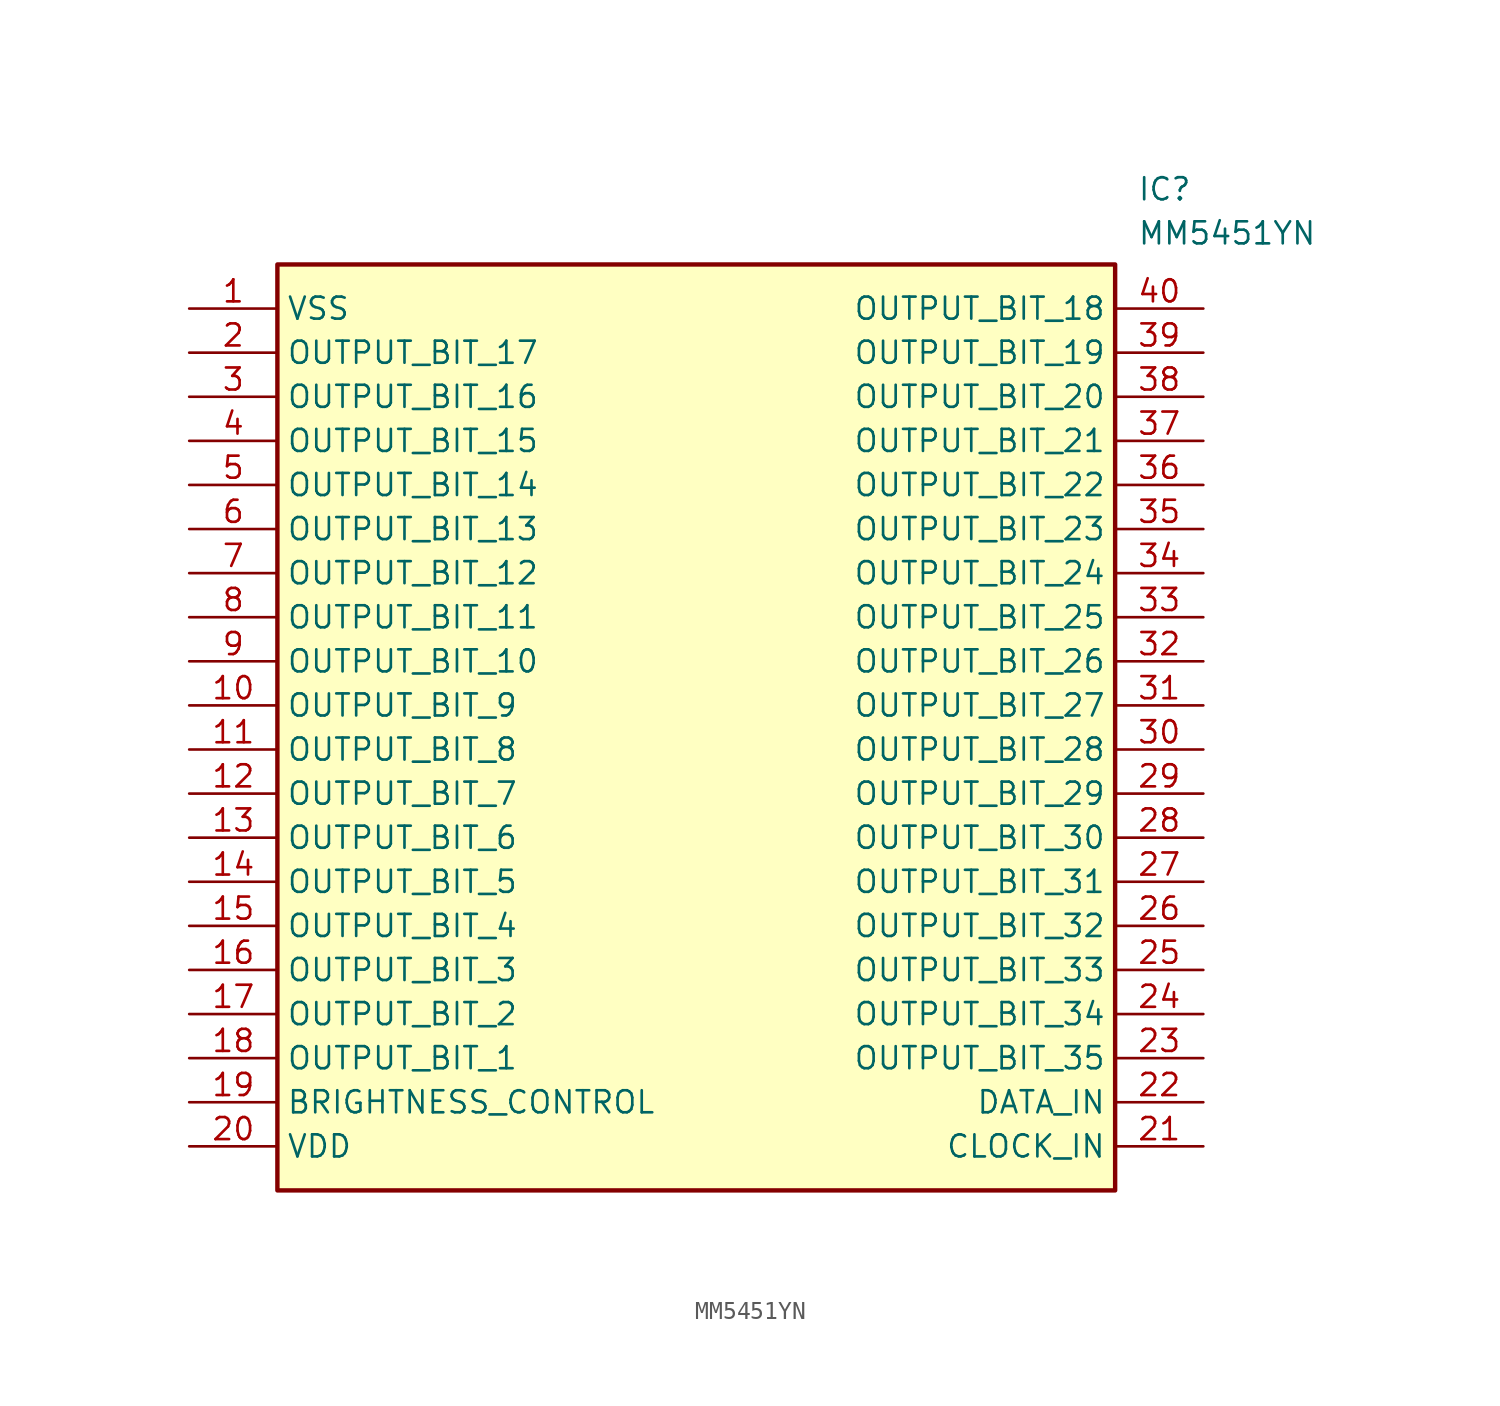
<source format=kicad_sym>
(kicad_symbol_lib
  (version 20211014)
  (generator SamacSys_ECAD_Model)
  (symbol "MM5451YN"
    (property "Reference" "IC"
      (at 54.61 7.62 0)
      (effects (font (size 1.27 1.27)) (justify left top)))
    (property "Value" "MM5451YN"
      (at 54.61 5.08 0)
      (effects (font (size 1.27 1.27)) (justify left top)))
    (rectangle
      (start 5.08 2.54)
      (end 53.34 -50.8)
      (stroke (width 0.254) (type default))
      (fill (type background)))
    (pin passive line
      (at 0 0 0)
      (length 5.08)
      (name "VSS" (effects (font (size 1.27 1.27))))
      (number "1" (effects (font (size 1.27 1.27)))))
    (pin passive line
      (at 0 -2.54 0)
      (length 5.08)
      (name "OUTPUT_BIT_17" (effects (font (size 1.27 1.27))))
      (number "2" (effects (font (size 1.27 1.27)))))
    (pin passive line
      (at 0 -5.08 0)
      (length 5.08)
      (name "OUTPUT_BIT_16" (effects (font (size 1.27 1.27))))
      (number "3" (effects (font (size 1.27 1.27)))))
    (pin passive line
      (at 0 -7.62 0)
      (length 5.08)
      (name "OUTPUT_BIT_15" (effects (font (size 1.27 1.27))))
      (number "4" (effects (font (size 1.27 1.27)))))
    (pin passive line
      (at 0 -10.16 0)
      (length 5.08)
      (name "OUTPUT_BIT_14" (effects (font (size 1.27 1.27))))
      (number "5" (effects (font (size 1.27 1.27)))))
    (pin passive line
      (at 0 -12.7 0)
      (length 5.08)
      (name "OUTPUT_BIT_13" (effects (font (size 1.27 1.27))))
      (number "6" (effects (font (size 1.27 1.27)))))
    (pin passive line
      (at 0 -15.24 0)
      (length 5.08)
      (name "OUTPUT_BIT_12" (effects (font (size 1.27 1.27))))
      (number "7" (effects (font (size 1.27 1.27)))))
    (pin passive line
      (at 0 -17.78 0)
      (length 5.08)
      (name "OUTPUT_BIT_11" (effects (font (size 1.27 1.27))))
      (number "8" (effects (font (size 1.27 1.27)))))
    (pin passive line
      (at 0 -20.32 0)
      (length 5.08)
      (name "OUTPUT_BIT_10" (effects (font (size 1.27 1.27))))
      (number "9" (effects (font (size 1.27 1.27)))))
    (pin passive line
      (at 0 -22.86 0)
      (length 5.08)
      (name "OUTPUT_BIT_9" (effects (font (size 1.27 1.27))))
      (number "10" (effects (font (size 1.27 1.27)))))
    (pin passive line
      (at 0 -25.4 0)
      (length 5.08)
      (name "OUTPUT_BIT_8" (effects (font (size 1.27 1.27))))
      (number "11" (effects (font (size 1.27 1.27)))))
    (pin passive line
      (at 0 -27.94 0)
      (length 5.08)
      (name "OUTPUT_BIT_7" (effects (font (size 1.27 1.27))))
      (number "12" (effects (font (size 1.27 1.27)))))
    (pin passive line
      (at 0 -30.48 0)
      (length 5.08)
      (name "OUTPUT_BIT_6" (effects (font (size 1.27 1.27))))
      (number "13" (effects (font (size 1.27 1.27)))))
    (pin passive line
      (at 0 -33.02 0)
      (length 5.08)
      (name "OUTPUT_BIT_5" (effects (font (size 1.27 1.27))))
      (number "14" (effects (font (size 1.27 1.27)))))
    (pin passive line
      (at 0 -35.56 0)
      (length 5.08)
      (name "OUTPUT_BIT_4" (effects (font (size 1.27 1.27))))
      (number "15" (effects (font (size 1.27 1.27)))))
    (pin passive line
      (at 0 -38.1 0)
      (length 5.08)
      (name "OUTPUT_BIT_3" (effects (font (size 1.27 1.27))))
      (number "16" (effects (font (size 1.27 1.27)))))
    (pin passive line
      (at 0 -40.64 0)
      (length 5.08)
      (name "OUTPUT_BIT_2" (effects (font (size 1.27 1.27))))
      (number "17" (effects (font (size 1.27 1.27)))))
    (pin passive line
      (at 0 -43.18 0)
      (length 5.08)
      (name "OUTPUT_BIT_1" (effects (font (size 1.27 1.27))))
      (number "18" (effects (font (size 1.27 1.27)))))
    (pin passive line
      (at 0 -45.72 0)
      (length 5.08)
      (name "BRIGHTNESS_CONTROL" (effects (font (size 1.27 1.27))))
      (number "19" (effects (font (size 1.27 1.27)))))
    (pin passive line
      (at 0 -48.26 0)
      (length 5.08)
      (name "VDD" (effects (font (size 1.27 1.27))))
      (number "20" (effects (font (size 1.27 1.27)))))
    (pin passive line
      (at 58.42 0 180)
      (length 5.08)
      (name "OUTPUT_BIT_18" (effects (font (size 1.27 1.27))))
      (number "40" (effects (font (size 1.27 1.27)))))
    (pin passive line
      (at 58.42 -2.54 180)
      (length 5.08)
      (name "OUTPUT_BIT_19" (effects (font (size 1.27 1.27))))
      (number "39" (effects (font (size 1.27 1.27)))))
    (pin passive line
      (at 58.42 -5.08 180)
      (length 5.08)
      (name "OUTPUT_BIT_20" (effects (font (size 1.27 1.27))))
      (number "38" (effects (font (size 1.27 1.27)))))
    (pin passive line
      (at 58.42 -7.62 180)
      (length 5.08)
      (name "OUTPUT_BIT_21" (effects (font (size 1.27 1.27))))
      (number "37" (effects (font (size 1.27 1.27)))))
    (pin passive line
      (at 58.42 -10.16 180)
      (length 5.08)
      (name "OUTPUT_BIT_22" (effects (font (size 1.27 1.27))))
      (number "36" (effects (font (size 1.27 1.27)))))
    (pin passive line
      (at 58.42 -12.7 180)
      (length 5.08)
      (name "OUTPUT_BIT_23" (effects (font (size 1.27 1.27))))
      (number "35" (effects (font (size 1.27 1.27)))))
    (pin passive line
      (at 58.42 -15.24 180)
      (length 5.08)
      (name "OUTPUT_BIT_24" (effects (font (size 1.27 1.27))))
      (number "34" (effects (font (size 1.27 1.27)))))
    (pin passive line
      (at 58.42 -17.78 180)
      (length 5.08)
      (name "OUTPUT_BIT_25" (effects (font (size 1.27 1.27))))
      (number "33" (effects (font (size 1.27 1.27)))))
    (pin passive line
      (at 58.42 -20.32 180)
      (length 5.08)
      (name "OUTPUT_BIT_26" (effects (font (size 1.27 1.27))))
      (number "32" (effects (font (size 1.27 1.27)))))
    (pin passive line
      (at 58.42 -22.86 180)
      (length 5.08)
      (name "OUTPUT_BIT_27" (effects (font (size 1.27 1.27))))
      (number "31" (effects (font (size 1.27 1.27)))))
    (pin passive line
      (at 58.42 -25.4 180)
      (length 5.08)
      (name "OUTPUT_BIT_28" (effects (font (size 1.27 1.27))))
      (number "30" (effects (font (size 1.27 1.27)))))
    (pin passive line
      (at 58.42 -27.94 180)
      (length 5.08)
      (name "OUTPUT_BIT_29" (effects (font (size 1.27 1.27))))
      (number "29" (effects (font (size 1.27 1.27)))))
    (pin passive line
      (at 58.42 -30.48 180)
      (length 5.08)
      (name "OUTPUT_BIT_30" (effects (font (size 1.27 1.27))))
      (number "28" (effects (font (size 1.27 1.27)))))
    (pin passive line
      (at 58.42 -33.02 180)
      (length 5.08)
      (name "OUTPUT_BIT_31" (effects (font (size 1.27 1.27))))
      (number "27" (effects (font (size 1.27 1.27)))))
    (pin passive line
      (at 58.42 -35.56 180)
      (length 5.08)
      (name "OUTPUT_BIT_32" (effects (font (size 1.27 1.27))))
      (number "26" (effects (font (size 1.27 1.27)))))
    (pin passive line
      (at 58.42 -38.1 180)
      (length 5.08)
      (name "OUTPUT_BIT_33" (effects (font (size 1.27 1.27))))
      (number "25" (effects (font (size 1.27 1.27)))))
    (pin passive line
      (at 58.42 -40.64 180)
      (length 5.08)
      (name "OUTPUT_BIT_34" (effects (font (size 1.27 1.27))))
      (number "24" (effects (font (size 1.27 1.27)))))
    (pin passive line
      (at 58.42 -43.18 180)
      (length 5.08)
      (name "OUTPUT_BIT_35" (effects (font (size 1.27 1.27))))
      (number "23" (effects (font (size 1.27 1.27)))))
    (pin passive line
      (at 58.42 -45.72 180)
      (length 5.08)
      (name "DATA_IN" (effects (font (size 1.27 1.27))))
      (number "22" (effects (font (size 1.27 1.27)))))
    (pin passive line
      (at 58.42 -48.26 180)
      (length 5.08)
      (name "CLOCK_IN" (effects (font (size 1.27 1.27))))
      (number "21" (effects (font (size 1.27 1.27)))))))
</source>
